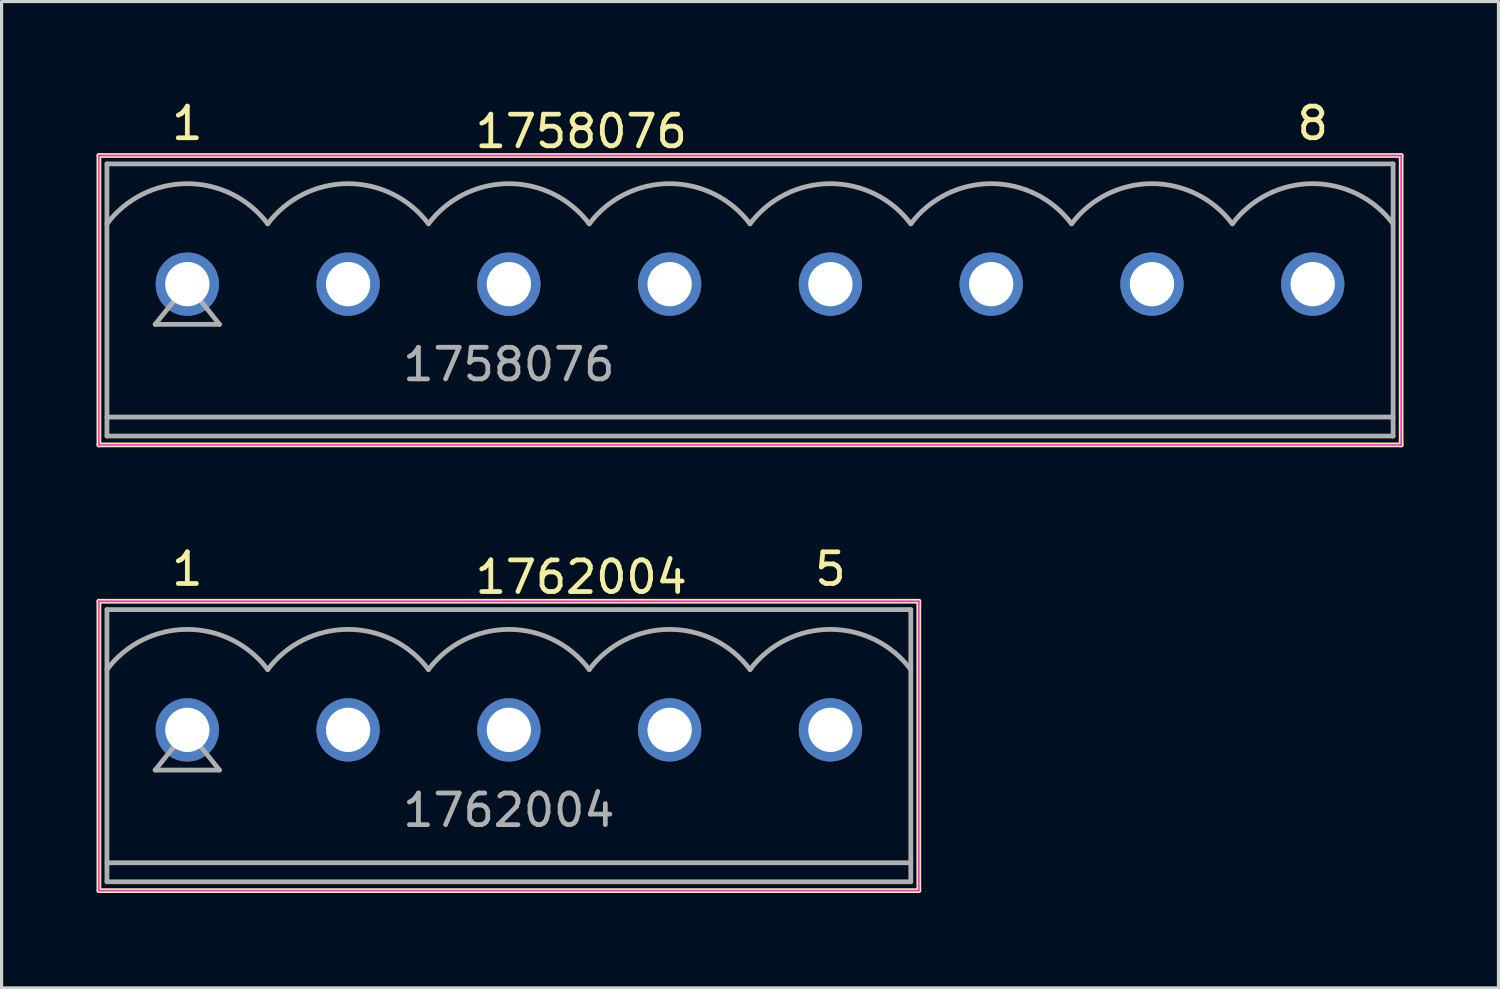
<source format=kicad_pcb>
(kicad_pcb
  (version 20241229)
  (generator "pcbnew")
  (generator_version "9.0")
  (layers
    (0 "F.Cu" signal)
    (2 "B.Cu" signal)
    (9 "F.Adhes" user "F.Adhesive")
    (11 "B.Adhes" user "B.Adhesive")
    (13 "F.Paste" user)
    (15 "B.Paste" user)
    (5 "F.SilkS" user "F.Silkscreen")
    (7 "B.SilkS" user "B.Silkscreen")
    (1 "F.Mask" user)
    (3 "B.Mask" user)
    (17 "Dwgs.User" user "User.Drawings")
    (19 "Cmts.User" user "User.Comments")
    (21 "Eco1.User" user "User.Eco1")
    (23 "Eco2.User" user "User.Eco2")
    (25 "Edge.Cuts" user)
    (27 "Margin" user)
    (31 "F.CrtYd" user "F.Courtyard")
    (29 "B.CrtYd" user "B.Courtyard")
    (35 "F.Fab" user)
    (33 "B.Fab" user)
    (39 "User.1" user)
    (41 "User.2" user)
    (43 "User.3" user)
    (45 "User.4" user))
  (footprint "1758076"
    (layer "F.Cu")
    (at 20.649 5.928)
    (property "Reference" "1758076" (at -5.334 -4.826 0) (layer "F.SilkS") (effects (font (size 1 1) (thickness 0.15))))
    (attr through_hole)
    (fp_line (start -20.574 -4.064) (end 20.574 -4.064) (stroke (width 0.15) (type solid)) (layer "F.SilkS"))
    (fp_line (start -20.574 5.08) (end -20.574 -4.064) (stroke (width 0.15) (type solid)) (layer "F.SilkS"))
    (fp_line (start 20.574 -4.064) (end 20.574 5.08) (stroke (width 0.15) (type solid)) (layer "F.SilkS"))
    (fp_line (start 20.574 5.08) (end -20.574 5.08) (stroke (width 0.15) (type solid)) (layer "F.SilkS"))
    (fp_line (start -20.574 -4.064) (end -20.574 5.08) (stroke (width 0.05) (type solid)) (layer "F.CrtYd"))
    (fp_line (start -20.574 -4.064) (end 20.574 -4.064) (stroke (width 0.05) (type solid)) (layer "F.CrtYd"))
    (fp_line (start -20.574 5.08) (end 20.574 5.08) (stroke (width 0.05) (type solid)) (layer "F.CrtYd"))
    (fp_line (start 20.574 5.08) (end 20.574 -4.064) (stroke (width 0.05) (type solid)) (layer "F.CrtYd"))
    (fp_line (start -20.32 -3.8) (end -20.32 4.8) (stroke (width 0.15) (type solid)) (layer "F.Fab"))
    (fp_line (start -20.32 -3.8) (end 20.32 -3.8) (stroke (width 0.15) (type solid)) (layer "F.Fab"))
    (fp_line (start -20.32 4.2) (end 20.32 4.2) (stroke (width 0.15) (type solid)) (layer "F.Fab"))
    (fp_line (start -20.32 4.8) (end 20.32 4.8) (stroke (width 0.15) (type solid)) (layer "F.Fab"))
    (fp_line (start -18.796 1.27) (end -16.764 1.27) (stroke (width 0.15) (type solid)) (layer "F.Fab"))
    (fp_line (start -17.78 0) (end -18.796 1.27) (stroke (width 0.15) (type solid)) (layer "F.Fab"))
    (fp_line (start -16.764 1.27) (end -17.78 0) (stroke (width 0.15) (type solid)) (layer "F.Fab"))
    (fp_line (start 20.32 -3.8) (end 20.32 4.8) (stroke (width 0.15) (type solid)) (layer "F.Fab"))
    (fp_arc (start -20.32 -1.905) (mid -17.78 -3.175) (end -15.24 -1.905) (stroke (width 0.15) (type solid)) (layer "F.Fab"))
    (fp_arc (start -15.24 -1.905) (mid -12.7 -3.175) (end -10.16 -1.905) (stroke (width 0.15) (type solid)) (layer "F.Fab"))
    (fp_arc (start -10.16 -1.905) (mid -7.62 -3.175) (end -5.08 -1.905) (stroke (width 0.15) (type solid)) (layer "F.Fab"))
    (fp_arc (start -5.08 -1.905) (mid -2.54 -3.175) (end 0 -1.905) (stroke (width 0.15) (type solid)) (layer "F.Fab"))
    (fp_arc (start 0 -1.905) (mid 2.54 -3.175) (end 5.08 -1.905) (stroke (width 0.15) (type solid)) (layer "F.Fab"))
    (fp_arc (start 5.08 -1.905) (mid 7.62 -3.175) (end 10.16 -1.905) (stroke (width 0.15) (type solid)) (layer "F.Fab"))
    (fp_arc (start 10.16 -1.905) (mid 12.7 -3.175) (end 15.24 -1.905) (stroke (width 0.15) (type solid)) (layer "F.Fab"))
    (fp_arc (start 15.24 -1.905) (mid 17.78 -3.175) (end 20.32 -1.905) (stroke (width 0.15) (type solid)) (layer "F.Fab"))
    (fp_text user "8" (at 17.78 -5.08 0) (layer "F.SilkS") (effects (font (size 1 1) (thickness 0.15))))
    (fp_text user "1" (at -17.78 -5.08 0) (layer "F.SilkS") (effects (font (size 1 1) (thickness 0.15))))
    (fp_text user "${REFERENCE}" (at -7.62 2.54 0) (layer "F.Fab") (effects (font (size 1 1) (thickness 0.15))))
    (pad "1" thru_hole circle (at -17.78 0) (size 2 2) (drill 1.4) (layers "*.Cu" "*.Mask"))
    (pad "2" thru_hole circle (at -12.7 0) (size 2 2) (drill 1.4) (layers "*.Cu" "*.Mask"))
    (pad "3" thru_hole circle (at -7.62 0) (size 2 2) (drill 1.4) (layers "*.Cu" "*.Mask"))
    (pad "4" thru_hole circle (at -2.54 0) (size 2 2) (drill 1.4) (layers "*.Cu" "*.Mask"))
    (pad "5" thru_hole circle (at 2.54 0) (size 2 2) (drill 1.4) (layers "*.Cu" "*.Mask"))
    (pad "6" thru_hole circle (at 7.62 0) (size 2 2) (drill 1.4) (layers "*.Cu" "*.Mask"))
    (pad "7" thru_hole circle (at 12.7 0) (size 2 2) (drill 1.4) (layers "*.Cu" "*.Mask"))
    (pad "8" thru_hole circle (at 17.78 0) (size 2 2) (drill 1.4) (layers "*.Cu" "*.Mask")))
  (footprint "1762004"
    (layer "F.Cu")
    (at 13.029 20.012)
    (property "Reference" "1762004" (at 2.286 -4.826 0) (layer "F.SilkS") (effects (font (size 1 1) (thickness 0.15))))
    (attr through_hole)
    (fp_line (start -12.954 -4.064) (end 12.954 -4.064) (stroke (width 0.15) (type solid)) (layer "F.SilkS"))
    (fp_line (start -12.954 5.08) (end -12.954 -4.064) (stroke (width 0.15) (type solid)) (layer "F.SilkS"))
    (fp_line (start 12.954 -4.064) (end 12.954 5.08) (stroke (width 0.15) (type solid)) (layer "F.SilkS"))
    (fp_line (start 12.954 5.08) (end -12.954 5.08) (stroke (width 0.15) (type solid)) (layer "F.SilkS"))
    (fp_line (start -12.954 -4.064) (end -12.954 5.08) (stroke (width 0.05) (type solid)) (layer "F.CrtYd"))
    (fp_line (start -12.954 -4.064) (end 12.954 -4.064) (stroke (width 0.05) (type solid)) (layer "F.CrtYd"))
    (fp_line (start -12.954 5.08) (end 12.954 5.08) (stroke (width 0.05) (type solid)) (layer "F.CrtYd"))
    (fp_line (start 12.954 5.08) (end 12.954 -4.064) (stroke (width 0.05) (type solid)) (layer "F.CrtYd"))
    (fp_line (start -12.7 -3.8) (end -12.7 4.8) (stroke (width 0.15) (type solid)) (layer "F.Fab"))
    (fp_line (start -12.7 -3.8) (end 12.7 -3.8) (stroke (width 0.15) (type solid)) (layer "F.Fab"))
    (fp_line (start -12.7 4.2) (end 12.7 4.2) (stroke (width 0.15) (type solid)) (layer "F.Fab"))
    (fp_line (start -12.7 4.8) (end 12.7 4.8) (stroke (width 0.15) (type solid)) (layer "F.Fab"))
    (fp_line (start -11.176 1.27) (end -9.144 1.27) (stroke (width 0.15) (type solid)) (layer "F.Fab"))
    (fp_line (start -10.16 0) (end -11.176 1.27) (stroke (width 0.15) (type solid)) (layer "F.Fab"))
    (fp_line (start -9.144 1.27) (end -10.16 0) (stroke (width 0.15) (type solid)) (layer "F.Fab"))
    (fp_line (start 12.7 -3.8) (end 12.7 4.8) (stroke (width 0.15) (type solid)) (layer "F.Fab"))
    (fp_arc (start -12.7 -1.905) (mid -10.16 -3.175) (end -7.62 -1.905) (stroke (width 0.15) (type solid)) (layer "F.Fab"))
    (fp_arc (start -7.62 -1.905) (mid -5.08 -3.175) (end -2.54 -1.905) (stroke (width 0.15) (type solid)) (layer "F.Fab"))
    (fp_arc (start -2.54 -1.905) (mid 0 -3.175) (end 2.54 -1.905) (stroke (width 0.15) (type solid)) (layer "F.Fab"))
    (fp_arc (start 2.54 -1.905) (mid 5.08 -3.175) (end 7.62 -1.905) (stroke (width 0.15) (type solid)) (layer "F.Fab"))
    (fp_arc (start 7.62 -1.905) (mid 10.16 -3.175) (end 12.7 -1.905) (stroke (width 0.15) (type solid)) (layer "F.Fab"))
    (fp_text user "1" (at -10.16 -5.08 0) (layer "F.SilkS") (effects (font (size 1 1) (thickness 0.15))))
    (fp_text user "5" (at 10.16 -5.08 0) (layer "F.SilkS") (effects (font (size 1 1) (thickness 0.15))))
    (fp_text user "${REFERENCE}" (at 0 2.54 0) (layer "F.Fab") (effects (font (size 1 1) (thickness 0.15))))
    (pad "1" thru_hole circle (at -10.16 0) (size 2 2) (drill 1.4) (layers "*.Cu" "*.Mask"))
    (pad "2" thru_hole circle (at -5.08 0) (size 2 2) (drill 1.4) (layers "*.Cu" "*.Mask"))
    (pad "3" thru_hole circle (at 0 0) (size 2 2) (drill 1.4) (layers "*.Cu" "*.Mask"))
    (pad "4" thru_hole circle (at 5.08 0) (size 2 2) (drill 1.4) (layers "*.Cu" "*.Mask"))
    (pad "5" thru_hole circle (at 10.16 0) (size 2 2) (drill 1.4) (layers "*.Cu" "*.Mask")))
  (gr_rect
    (start -3 -3)
    (end 44.298 28.166)
    (stroke (width 0.1) (type default))
    (fill no)
    (layer "Edge.Cuts")))
</source>
